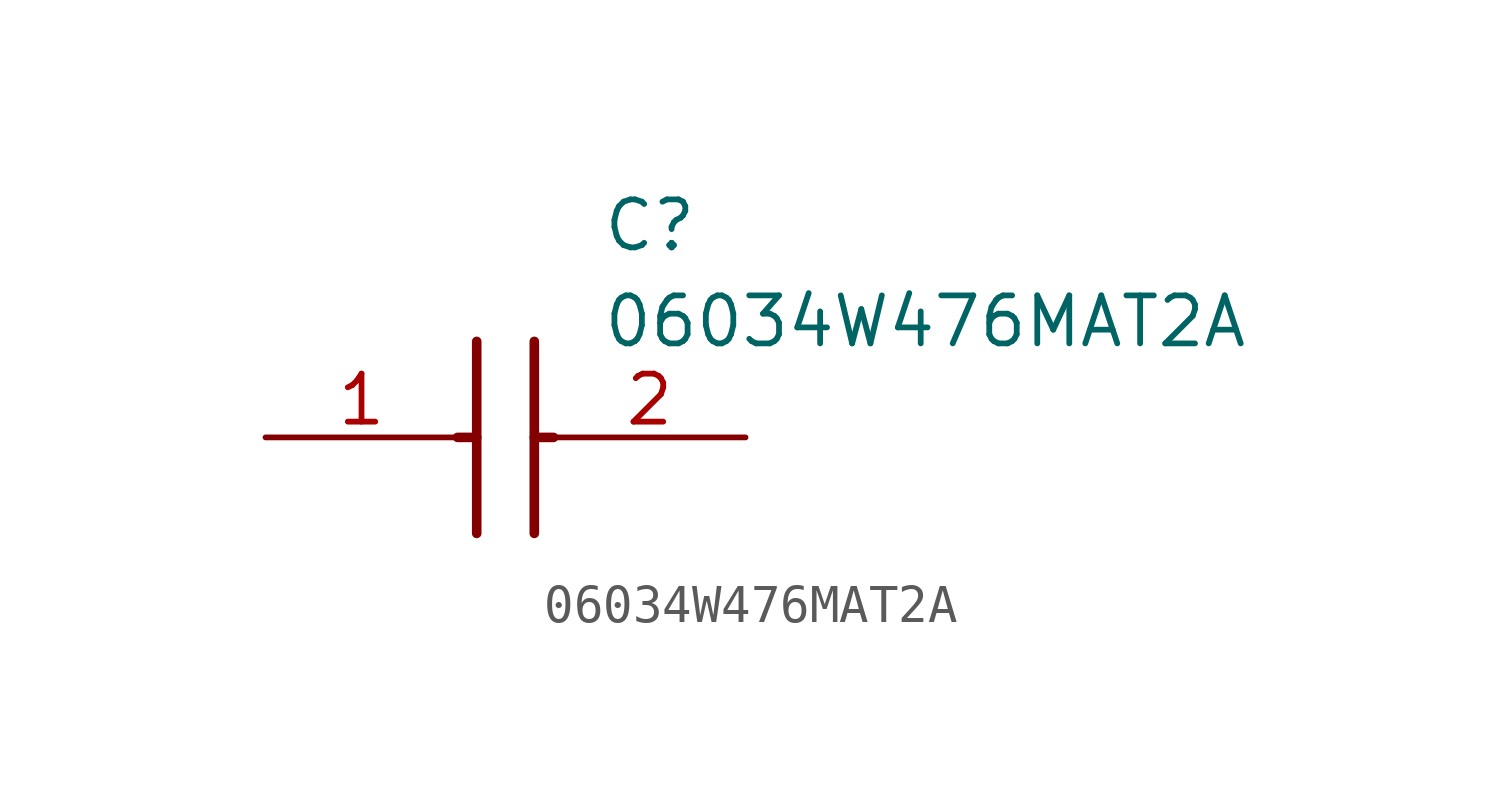
<source format=kicad_sym>
(kicad_symbol_lib
  (version 20211014)
  (generator SamacSys_ECAD_Model)
  (symbol "06034W476MAT2A"
    (pin_names hide)
    (property "Reference" "C"
      (at 8.89 6.35 0)
      (effects (font (size 1.27 1.27)) (justify left top)))
    (property "Value" "06034W476MAT2A"
      (at 8.89 3.81 0)
      (effects (font (size 1.27 1.27)) (justify left top)))
    (polyline
      (pts (xy 5.588 2.54) (xy 5.588 -2.54))
      (stroke (width 0.254) (type default))
      (fill (type none)))
    (polyline
      (pts (xy 7.112 2.54) (xy 7.112 -2.54))
      (stroke (width 0.254) (type default))
      (fill (type none)))
    (polyline
      (pts (xy 5.08 0) (xy 5.588 0))
      (stroke (width 0.254) (type default))
      (fill (type none)))
    (polyline
      (pts (xy 7.112 0) (xy 7.62 0))
      (stroke (width 0.254) (type default))
      (fill (type none)))
    (pin passive line
      (at 0 0 0)
      (length 5.08)
      (name "1" (effects (font (size 1.27 1.27))))
      (number "1" (effects (font (size 1.27 1.27)))))
    (pin passive line
      (at 12.7 0 180)
      (length 5.08)
      (name "2" (effects (font (size 1.27 1.27))))
      (number "2" (effects (font (size 1.27 1.27)))))))
</source>
